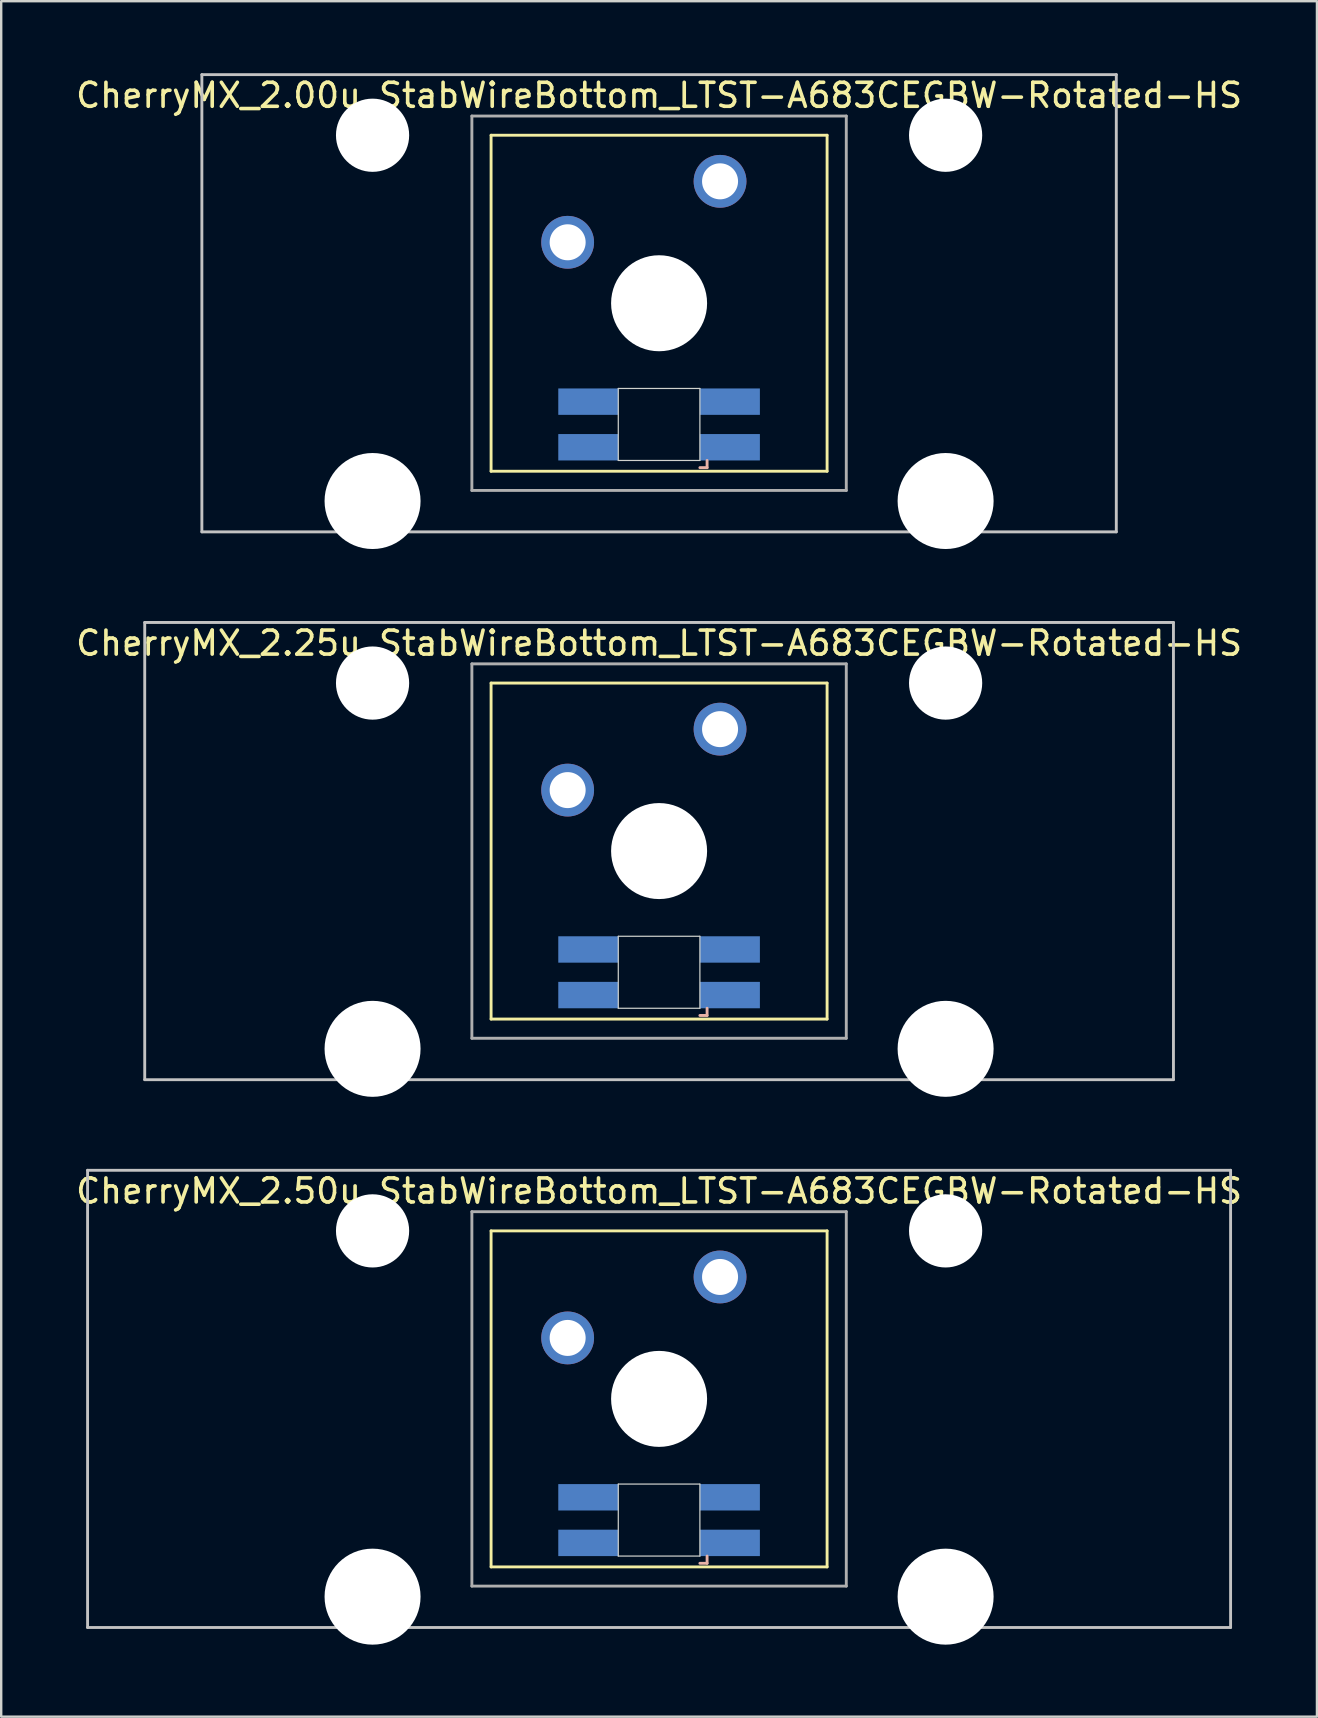
<source format=kicad_pcb>
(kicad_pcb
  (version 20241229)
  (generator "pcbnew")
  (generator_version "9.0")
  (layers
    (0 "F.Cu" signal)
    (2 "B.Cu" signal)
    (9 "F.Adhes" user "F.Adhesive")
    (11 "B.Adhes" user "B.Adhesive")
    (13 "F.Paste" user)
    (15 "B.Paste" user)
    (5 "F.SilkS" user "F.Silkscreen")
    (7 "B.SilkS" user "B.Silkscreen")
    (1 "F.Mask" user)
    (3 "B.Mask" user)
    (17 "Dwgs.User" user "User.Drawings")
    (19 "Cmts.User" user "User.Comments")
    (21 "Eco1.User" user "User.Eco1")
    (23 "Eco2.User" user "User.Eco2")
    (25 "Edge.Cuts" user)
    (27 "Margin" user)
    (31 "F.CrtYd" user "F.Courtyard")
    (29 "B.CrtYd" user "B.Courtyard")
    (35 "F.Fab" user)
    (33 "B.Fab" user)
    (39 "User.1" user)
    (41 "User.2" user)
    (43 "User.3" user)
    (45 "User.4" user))
  (footprint "CherryMX_2.50u_StabWireBottom_LTST-A683CEGBW-Rotated-HS"
    (layer "F.Cu")
    (at 24.411 55.235)
    (property "Reference" "CherryMX_2.50u_StabWireBottom_LTST-A683CEGBW-Rotated-HS" (at 0 -8.662 0) (layer "F.SilkS") (effects (font (size 1 1) (thickness 0.15))))
    (attr through_hole)
    (fp_line (start -7 -7) (end -7 7) (stroke (width 0.12) (type solid)) (layer "F.SilkS"))
    (fp_line (start -7 -7) (end 7 -7) (stroke (width 0.12) (type solid)) (layer "F.SilkS"))
    (fp_line (start 7 -7) (end 7 7) (stroke (width 0.12) (type solid)) (layer "F.SilkS"))
    (fp_line (start 7 7) (end -7 7) (stroke (width 0.12) (type solid)) (layer "F.SilkS"))
    (fp_line (start 1.7 6.85) (end 2 6.85) (stroke (width 0.12) (type solid)) (layer "B.SilkS"))
    (fp_line (start 2 6.85) (end 2 6.55) (stroke (width 0.12) (type solid)) (layer "B.SilkS"))
    (fp_line (start -23.812 -9.525) (end 23.812 -9.525) (stroke (width 0.12) (type solid)) (layer "Dwgs.User"))
    (fp_line (start -23.812 9.525) (end -23.812 -9.525) (stroke (width 0.12) (type solid)) (layer "Dwgs.User"))
    (fp_line (start 23.812 -9.525) (end 23.812 9.525) (stroke (width 0.12) (type solid)) (layer "Dwgs.User"))
    (fp_line (start 23.812 9.525) (end -23.812 9.525) (stroke (width 0.12) (type solid)) (layer "Dwgs.User"))
    (fp_line (start -1.7 3.55) (end 1.7 3.55) (stroke (width 0.05) (type solid)) (layer "Edge.Cuts"))
    (fp_line (start -1.7 6.55) (end -1.7 3.55) (stroke (width 0.05) (type solid)) (layer "Edge.Cuts"))
    (fp_line (start 1.7 3.55) (end 1.7 6.55) (stroke (width 0.05) (type solid)) (layer "Edge.Cuts"))
    (fp_line (start 1.7 6.55) (end -1.7 6.55) (stroke (width 0.05) (type solid)) (layer "Edge.Cuts"))
    (fp_line (start -7.8 -7.8) (end -7.8 7.8) (stroke (width 0.12) (type solid)) (layer "F.Fab"))
    (fp_line (start -7.8 -7.8) (end 7.8 -7.8) (stroke (width 0.12) (type solid)) (layer "F.Fab"))
    (fp_line (start -7.8 7.8) (end 7.8 7.8) (stroke (width 0.12) (type solid)) (layer "F.Fab"))
    (fp_line (start 7.8 -7.8) (end 7.8 7.8) (stroke (width 0.12) (type solid)) (layer "F.Fab"))
    (pad "" np_thru_hole circle (at -11.938 -7) (size 3.05 3.05) (drill 3.05) (layers "*.Cu" "*.Mask"))
    (pad "" np_thru_hole circle (at -11.938 8.24) (size 4 4) (drill 4) (layers "*.Cu" "*.Mask"))
    (pad "" np_thru_hole circle (at 0 0) (size 4 4) (drill 4) (layers "*.Cu" "*.Mask"))
    (pad "" np_thru_hole circle (at 11.938 -7) (size 3.05 3.05) (drill 3.05) (layers "*.Cu" "*.Mask"))
    (pad "" np_thru_hole circle (at 11.938 8.24) (size 4 4) (drill 4) (layers "*.Cu" "*.Mask"))
    (pad "1" thru_hole circle (at -3.81 -2.54) (size 2.2 2.2) (drill 1.5) (layers "*.Cu" "*.Mask"))
    (pad "2" thru_hole circle (at 2.54 -5.08) (size 2.2 2.2) (drill 1.5) (layers "*.Cu" "*.Mask"))
    (pad "3" smd rect (at 2.95 6) (size 2.5 1.1) (layers "B.Cu" "B.Mask" "B.Paste"))
    (pad "4" smd rect (at 2.95 4.1) (size 2.5 1.1) (layers "B.Cu" "B.Mask" "B.Paste"))
    (pad "5" smd rect (at -2.95 6) (size 2.5 1.1) (layers "B.Cu" "B.Mask" "B.Paste"))
    (pad "6" smd rect (at -2.95 4.1) (size 2.5 1.1) (layers "B.Cu" "B.Mask" "B.Paste")))
  (footprint "CherryMX_2.25u_StabWireBottom_LTST-A683CEGBW-Rotated-HS"
    (layer "F.Cu")
    (at 24.411 32.41)
    (property "Reference" "CherryMX_2.25u_StabWireBottom_LTST-A683CEGBW-Rotated-HS" (at 0 -8.662 0) (layer "F.SilkS") (effects (font (size 1 1) (thickness 0.15))))
    (attr through_hole)
    (fp_line (start -7 -7) (end -7 7) (stroke (width 0.12) (type solid)) (layer "F.SilkS"))
    (fp_line (start -7 -7) (end 7 -7) (stroke (width 0.12) (type solid)) (layer "F.SilkS"))
    (fp_line (start 7 -7) (end 7 7) (stroke (width 0.12) (type solid)) (layer "F.SilkS"))
    (fp_line (start 7 7) (end -7 7) (stroke (width 0.12) (type solid)) (layer "F.SilkS"))
    (fp_line (start 1.7 6.85) (end 2 6.85) (stroke (width 0.12) (type solid)) (layer "B.SilkS"))
    (fp_line (start 2 6.85) (end 2 6.55) (stroke (width 0.12) (type solid)) (layer "B.SilkS"))
    (fp_line (start -21.431 -9.525) (end 21.431 -9.525) (stroke (width 0.12) (type solid)) (layer "Dwgs.User"))
    (fp_line (start -21.431 9.525) (end -21.431 -9.525) (stroke (width 0.12) (type solid)) (layer "Dwgs.User"))
    (fp_line (start 21.431 -9.525) (end 21.431 9.525) (stroke (width 0.12) (type solid)) (layer "Dwgs.User"))
    (fp_line (start 21.431 9.525) (end -21.431 9.525) (stroke (width 0.12) (type solid)) (layer "Dwgs.User"))
    (fp_line (start -1.7 3.55) (end 1.7 3.55) (stroke (width 0.05) (type solid)) (layer "Edge.Cuts"))
    (fp_line (start -1.7 6.55) (end -1.7 3.55) (stroke (width 0.05) (type solid)) (layer "Edge.Cuts"))
    (fp_line (start 1.7 3.55) (end 1.7 6.55) (stroke (width 0.05) (type solid)) (layer "Edge.Cuts"))
    (fp_line (start 1.7 6.55) (end -1.7 6.55) (stroke (width 0.05) (type solid)) (layer "Edge.Cuts"))
    (fp_line (start -7.8 -7.8) (end -7.8 7.8) (stroke (width 0.12) (type solid)) (layer "F.Fab"))
    (fp_line (start -7.8 -7.8) (end 7.8 -7.8) (stroke (width 0.12) (type solid)) (layer "F.Fab"))
    (fp_line (start -7.8 7.8) (end 7.8 7.8) (stroke (width 0.12) (type solid)) (layer "F.Fab"))
    (fp_line (start 7.8 -7.8) (end 7.8 7.8) (stroke (width 0.12) (type solid)) (layer "F.Fab"))
    (pad "" np_thru_hole circle (at -11.938 -7) (size 3.05 3.05) (drill 3.05) (layers "*.Cu" "*.Mask"))
    (pad "" np_thru_hole circle (at -11.938 8.24) (size 4 4) (drill 4) (layers "*.Cu" "*.Mask"))
    (pad "" np_thru_hole circle (at 0 0) (size 4 4) (drill 4) (layers "*.Cu" "*.Mask"))
    (pad "" np_thru_hole circle (at 11.938 -7) (size 3.05 3.05) (drill 3.05) (layers "*.Cu" "*.Mask"))
    (pad "" np_thru_hole circle (at 11.938 8.24) (size 4 4) (drill 4) (layers "*.Cu" "*.Mask"))
    (pad "1" thru_hole circle (at -3.81 -2.54) (size 2.2 2.2) (drill 1.5) (layers "*.Cu" "*.Mask"))
    (pad "2" thru_hole circle (at 2.54 -5.08) (size 2.2 2.2) (drill 1.5) (layers "*.Cu" "*.Mask"))
    (pad "3" smd rect (at 2.95 6) (size 2.5 1.1) (layers "B.Cu" "B.Mask" "B.Paste"))
    (pad "4" smd rect (at 2.95 4.1) (size 2.5 1.1) (layers "B.Cu" "B.Mask" "B.Paste"))
    (pad "5" smd rect (at -2.95 6) (size 2.5 1.1) (layers "B.Cu" "B.Mask" "B.Paste"))
    (pad "6" smd rect (at -2.95 4.1) (size 2.5 1.1) (layers "B.Cu" "B.Mask" "B.Paste")))
  (footprint "CherryMX_2.00u_StabWireBottom_LTST-A683CEGBW-Rotated-HS"
    (layer "F.Cu")
    (at 24.411 9.585)
    (property "Reference" "CherryMX_2.00u_StabWireBottom_LTST-A683CEGBW-Rotated-HS" (at 0 -8.662 0) (layer "F.SilkS") (effects (font (size 1 1) (thickness 0.15))))
    (attr through_hole)
    (fp_line (start -7 -7) (end -7 7) (stroke (width 0.12) (type solid)) (layer "F.SilkS"))
    (fp_line (start -7 -7) (end 7 -7) (stroke (width 0.12) (type solid)) (layer "F.SilkS"))
    (fp_line (start 7 -7) (end 7 7) (stroke (width 0.12) (type solid)) (layer "F.SilkS"))
    (fp_line (start 7 7) (end -7 7) (stroke (width 0.12) (type solid)) (layer "F.SilkS"))
    (fp_line (start 1.7 6.85) (end 2 6.85) (stroke (width 0.12) (type solid)) (layer "B.SilkS"))
    (fp_line (start 2 6.85) (end 2 6.55) (stroke (width 0.12) (type solid)) (layer "B.SilkS"))
    (fp_line (start -19.05 -9.525) (end 19.05 -9.525) (stroke (width 0.12) (type solid)) (layer "Dwgs.User"))
    (fp_line (start -19.05 9.525) (end -19.05 -9.525) (stroke (width 0.12) (type solid)) (layer "Dwgs.User"))
    (fp_line (start 19.05 -9.525) (end 19.05 9.525) (stroke (width 0.12) (type solid)) (layer "Dwgs.User"))
    (fp_line (start 19.05 9.525) (end -19.05 9.525) (stroke (width 0.12) (type solid)) (layer "Dwgs.User"))
    (fp_line (start -1.7 3.55) (end 1.7 3.55) (stroke (width 0.05) (type solid)) (layer "Edge.Cuts"))
    (fp_line (start -1.7 6.55) (end -1.7 3.55) (stroke (width 0.05) (type solid)) (layer "Edge.Cuts"))
    (fp_line (start 1.7 3.55) (end 1.7 6.55) (stroke (width 0.05) (type solid)) (layer "Edge.Cuts"))
    (fp_line (start 1.7 6.55) (end -1.7 6.55) (stroke (width 0.05) (type solid)) (layer "Edge.Cuts"))
    (fp_line (start -7.8 -7.8) (end -7.8 7.8) (stroke (width 0.12) (type solid)) (layer "F.Fab"))
    (fp_line (start -7.8 -7.8) (end 7.8 -7.8) (stroke (width 0.12) (type solid)) (layer "F.Fab"))
    (fp_line (start -7.8 7.8) (end 7.8 7.8) (stroke (width 0.12) (type solid)) (layer "F.Fab"))
    (fp_line (start 7.8 -7.8) (end 7.8 7.8) (stroke (width 0.12) (type solid)) (layer "F.Fab"))
    (pad "" np_thru_hole circle (at -11.938 -7) (size 3.05 3.05) (drill 3.05) (layers "*.Cu" "*.Mask"))
    (pad "" np_thru_hole circle (at -11.938 8.24) (size 4 4) (drill 4) (layers "*.Cu" "*.Mask"))
    (pad "" np_thru_hole circle (at 0 0) (size 4 4) (drill 4) (layers "*.Cu" "*.Mask"))
    (pad "" np_thru_hole circle (at 11.938 -7) (size 3.05 3.05) (drill 3.05) (layers "*.Cu" "*.Mask"))
    (pad "" np_thru_hole circle (at 11.938 8.24) (size 4 4) (drill 4) (layers "*.Cu" "*.Mask"))
    (pad "1" thru_hole circle (at -3.81 -2.54) (size 2.2 2.2) (drill 1.5) (layers "*.Cu" "*.Mask"))
    (pad "2" thru_hole circle (at 2.54 -5.08) (size 2.2 2.2) (drill 1.5) (layers "*.Cu" "*.Mask"))
    (pad "3" smd rect (at 2.95 6) (size 2.5 1.1) (layers "B.Cu" "B.Mask" "B.Paste"))
    (pad "4" smd rect (at 2.95 4.1) (size 2.5 1.1) (layers "B.Cu" "B.Mask" "B.Paste"))
    (pad "5" smd rect (at -2.95 6) (size 2.5 1.1) (layers "B.Cu" "B.Mask" "B.Paste"))
    (pad "6" smd rect (at -2.95 4.1) (size 2.5 1.1) (layers "B.Cu" "B.Mask" "B.Paste")))
  (gr_rect
    (start -3 -3)
    (end 51.821 68.475)
    (stroke (width 0.1) (type default))
    (fill no)
    (layer "Edge.Cuts")))
</source>
